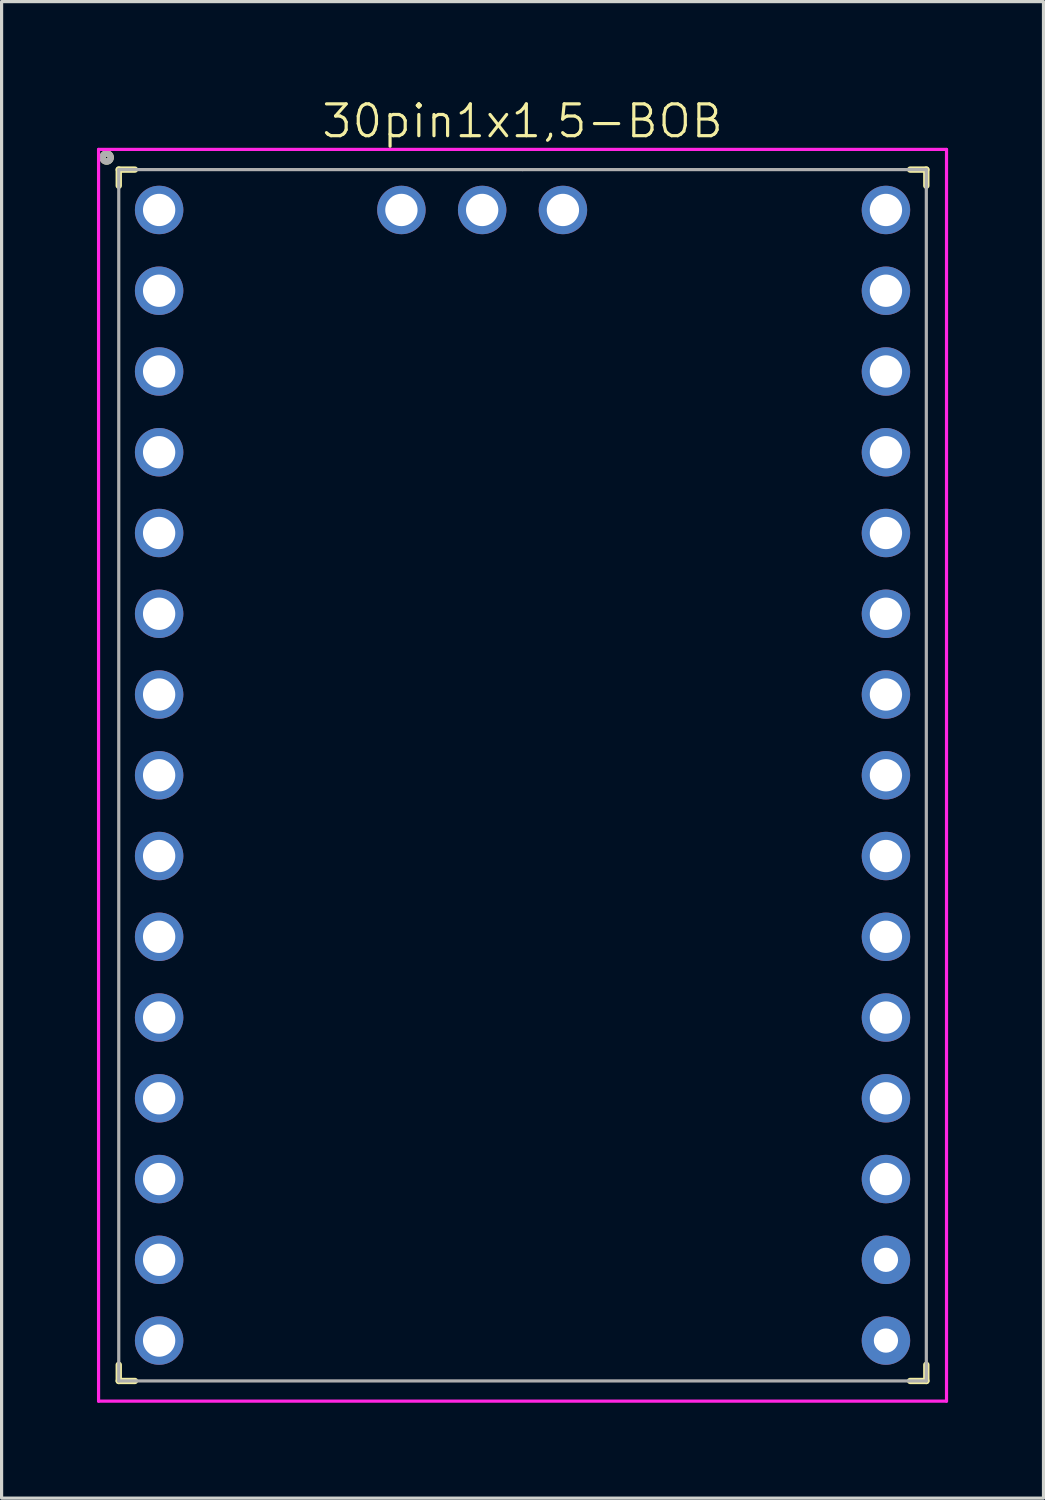
<source format=kicad_pcb>
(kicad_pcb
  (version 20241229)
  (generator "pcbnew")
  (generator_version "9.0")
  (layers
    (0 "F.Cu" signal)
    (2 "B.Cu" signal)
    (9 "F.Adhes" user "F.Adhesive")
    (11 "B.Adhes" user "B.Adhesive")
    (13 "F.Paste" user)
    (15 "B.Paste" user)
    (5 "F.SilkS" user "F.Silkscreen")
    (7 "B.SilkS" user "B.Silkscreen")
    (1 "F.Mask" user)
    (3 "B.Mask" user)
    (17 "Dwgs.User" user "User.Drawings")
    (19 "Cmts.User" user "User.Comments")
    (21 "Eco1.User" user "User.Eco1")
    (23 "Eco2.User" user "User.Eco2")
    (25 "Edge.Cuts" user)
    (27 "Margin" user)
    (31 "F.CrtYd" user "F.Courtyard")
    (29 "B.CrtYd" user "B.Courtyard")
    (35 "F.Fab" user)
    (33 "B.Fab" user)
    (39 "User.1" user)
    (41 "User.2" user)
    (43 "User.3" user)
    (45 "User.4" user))
  (footprint "30pin1x1,5-BOB"
    (layer "F.Cu")
    (at 13.385 21.334)
    (property "Reference" "30pin1x1,5-BOB" (at 0 -20.574 0) (layer "F.SilkS") (effects (font (size 1 1) (thickness 0.1))))
    (attr through_hole)
    (fp_line (start -12.7 -19.05) (end -12.7 -18.542) (stroke (width 0.2) (type solid)) (layer "F.SilkS"))
    (fp_line (start -12.7 -19.05) (end -12.192 -19.05) (stroke (width 0.2) (type solid)) (layer "F.SilkS"))
    (fp_line (start -12.7 19.05) (end -12.7 18.542) (stroke (width 0.2) (type solid)) (layer "F.SilkS"))
    (fp_line (start -12.7 19.05) (end -12.192 19.05) (stroke (width 0.2) (type solid)) (layer "F.SilkS"))
    (fp_line (start 12.7 -19.05) (end 12.192 -19.05) (stroke (width 0.2) (type solid)) (layer "F.SilkS"))
    (fp_line (start 12.7 -19.05) (end 12.7 -18.542) (stroke (width 0.2) (type solid)) (layer "F.SilkS"))
    (fp_line (start 12.7 19.05) (end 12.192 19.05) (stroke (width 0.2) (type solid)) (layer "F.SilkS"))
    (fp_line (start 12.7 19.05) (end 12.7 18.542) (stroke (width 0.2) (type solid)) (layer "F.SilkS"))
    (fp_circle (center -13.081 -19.431) (end -12.954 -19.431) (stroke (width 0.2) (type solid)) (fill no) (layer "F.SilkS"))
    (fp_line (start -13.335 -19.685) (end 13.335 -19.685) (stroke (width 0.1) (type solid)) (layer "F.CrtYd"))
    (fp_line (start -13.335 19.685) (end -13.335 -19.685) (stroke (width 0.1) (type solid)) (layer "F.CrtYd"))
    (fp_line (start 13.335 -19.685) (end 13.335 19.685) (stroke (width 0.1) (type solid)) (layer "F.CrtYd"))
    (fp_line (start 13.335 19.685) (end -13.335 19.685) (stroke (width 0.1) (type solid)) (layer "F.CrtYd"))
    (fp_line (start -12.7 -19.05) (end 0 -19.05) (stroke (width 0.1) (type solid)) (layer "F.Fab"))
    (fp_line (start -12.7 19.05) (end -12.7 -19.05) (stroke (width 0.1) (type solid)) (layer "F.Fab"))
    (fp_line (start 0 -19.05) (end 12.7 -19.05) (stroke (width 0.1) (type solid)) (layer "F.Fab"))
    (fp_line (start 12.7 -19.05) (end 12.7 19.05) (stroke (width 0.1) (type solid)) (layer "F.Fab"))
    (fp_line (start 12.7 19.05) (end -12.7 19.05) (stroke (width 0.1) (type solid)) (layer "F.Fab"))
    (fp_circle (center -13.081 -19.431) (end -12.954 -19.431) (stroke (width 0.2) (type solid)) (fill no) (layer "F.Fab"))
    (pad "1" thru_hole circle (at -11.43 -17.78) (size 1.524 1.524) (drill 1.016) (layers "*.Cu" "*.Mask"))
    (pad "2" thru_hole circle (at -11.43 -15.24) (size 1.524 1.524) (drill 1.016) (layers "*.Cu" "*.Mask"))
    (pad "3" thru_hole circle (at -11.43 -12.7) (size 1.524 1.524) (drill 1.016) (layers "*.Cu" "*.Mask"))
    (pad "4" thru_hole circle (at -11.43 -10.16) (size 1.524 1.524) (drill 1.016) (layers "*.Cu" "*.Mask"))
    (pad "5" thru_hole circle (at -11.43 -7.62) (size 1.524 1.524) (drill 1.016) (layers "*.Cu" "*.Mask"))
    (pad "6" thru_hole circle (at -11.43 -5.08) (size 1.524 1.524) (drill 1.016) (layers "*.Cu" "*.Mask"))
    (pad "7" thru_hole circle (at -11.43 -2.54) (size 1.524 1.524) (drill 1.016) (layers "*.Cu" "*.Mask"))
    (pad "8" thru_hole circle (at -11.43 0) (size 1.524 1.524) (drill 1.016) (layers "*.Cu" "*.Mask"))
    (pad "9" thru_hole circle (at -11.43 2.54) (size 1.524 1.524) (drill 1.016) (layers "*.Cu" "*.Mask"))
    (pad "10" thru_hole circle (at -11.43 5.08) (size 1.524 1.524) (drill 1.016) (layers "*.Cu" "*.Mask"))
    (pad "11" thru_hole circle (at -11.43 7.62) (size 1.524 1.524) (drill 1.016) (layers "*.Cu" "*.Mask"))
    (pad "12" thru_hole circle (at -11.43 10.16) (size 1.524 1.524) (drill 1.016) (layers "*.Cu" "*.Mask"))
    (pad "13" thru_hole circle (at -11.43 12.7) (size 1.524 1.524) (drill 1.016) (layers "*.Cu" "*.Mask"))
    (pad "14" thru_hole circle (at -11.43 15.24) (size 1.524 1.524) (drill 1.016) (layers "*.Cu" "*.Mask"))
    (pad "15" thru_hole circle (at -11.43 17.78) (size 1.524 1.524) (drill 1.016) (layers "*.Cu" "*.Mask"))
    (pad "16" thru_hole circle (at 11.43 -17.78) (size 1.524 1.524) (drill 1.016) (layers "*.Cu" "*.Mask"))
    (pad "17" thru_hole circle (at 11.43 -15.24) (size 1.524 1.524) (drill 1.016) (layers "*.Cu" "*.Mask"))
    (pad "18" thru_hole circle (at 11.43 -12.7) (size 1.524 1.524) (drill 1.016) (layers "*.Cu" "*.Mask"))
    (pad "19" thru_hole circle (at 11.43 -10.16) (size 1.524 1.524) (drill 1.016) (layers "*.Cu" "*.Mask"))
    (pad "20" thru_hole circle (at 11.43 -7.62) (size 1.524 1.524) (drill 1.016) (layers "*.Cu" "*.Mask"))
    (pad "21" thru_hole circle (at 11.43 -5.08) (size 1.524 1.524) (drill 1.016) (layers "*.Cu" "*.Mask"))
    (pad "22" thru_hole circle (at 11.43 -2.54) (size 1.524 1.524) (drill 1.016) (layers "*.Cu" "*.Mask"))
    (pad "23" thru_hole circle (at 11.43 0) (size 1.524 1.524) (drill 1.016) (layers "*.Cu" "*.Mask"))
    (pad "24" thru_hole circle (at 11.43 2.54) (size 1.524 1.524) (drill 1.016) (layers "*.Cu" "*.Mask"))
    (pad "25" thru_hole circle (at 11.43 5.08) (size 1.524 1.524) (drill 1.016) (layers "*.Cu" "*.Mask"))
    (pad "26" thru_hole circle (at 11.43 7.62) (size 1.524 1.524) (drill 1.016) (layers "*.Cu" "*.Mask"))
    (pad "27" thru_hole circle (at 11.43 10.16) (size 1.524 1.524) (drill 1.016) (layers "*.Cu" "*.Mask"))
    (pad "28" thru_hole circle (at 11.43 12.7) (size 1.524 1.524) (drill 1.016) (layers "*.Cu" "*.Mask"))
    (pad "29" thru_hole circle (at 11.43 15.24) (size 1.524 1.524) (drill 0.762) (layers "*.Cu" "*.Mask"))
    (pad "30" thru_hole circle (at 11.43 17.78) (size 1.524 1.524) (drill 0.762) (layers "*.Cu" "*.Mask"))
    (pad "31" thru_hole circle (at -3.81 -17.78) (size 1.524 1.524) (drill 1.016) (layers "*.Cu" "*.Mask"))
    (pad "32" thru_hole circle (at -1.27 -17.78) (size 1.524 1.524) (drill 1.016) (layers "*.Cu" "*.Mask"))
    (pad "33" thru_hole circle (at 1.27 -17.78) (size 1.524 1.524) (drill 1.016) (layers "*.Cu" "*.Mask")))
  (gr_rect
    (start -3 -3)
    (end 29.77 44.069)
    (stroke (width 0.1) (type default))
    (fill no)
    (layer "Edge.Cuts")))
</source>
